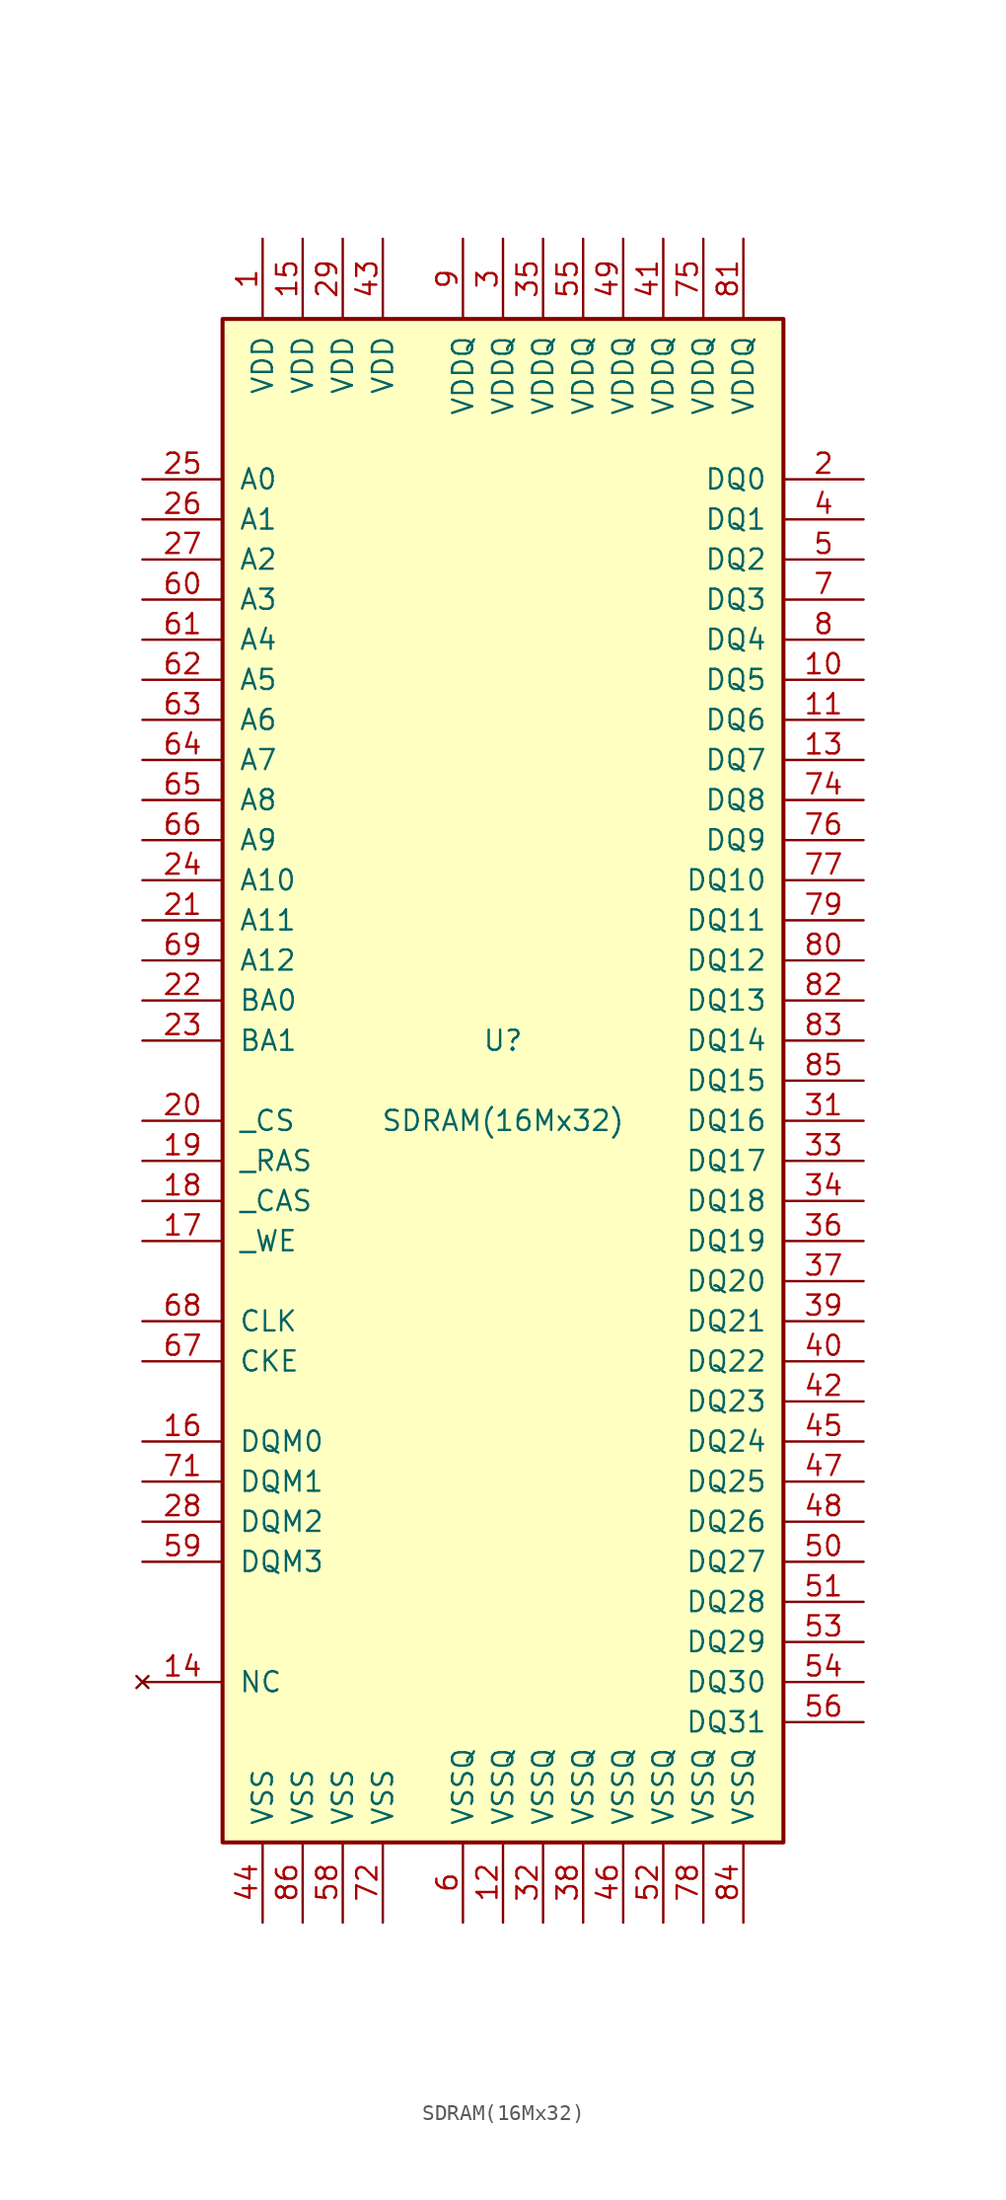
<source format=kicad_sym>
(kicad_symbol_lib
  (version 20231120)
  (generator "kicad_symbol_editor")
  (generator_version "8.0")
  (symbol "SDRAM(16Mx32)"
    (pin_names
      (offset 1.016))
    (property "Reference" "U"
      (at 0 2.54 0)
      (effects (font (size 1.27 1.27))))
    (property "Value" "SDRAM(16Mx32)"
      (at 0 -2.54 0)
      (effects (font (size 1.27 1.27))))
    (symbol "SDRAM(16Mx32)_0_0"
      (pin power_in line (at -15.24 53.34 270) (length 5.08) (name "VDD" (effects (font (size 1.27 1.27)))) (number "1" (effects (font (size 1.27 1.27))))))
    (symbol "SDRAM(16Mx32)_0_1"
      (rectangle (start -17.78 48.26) (end 17.78 -48.26) (stroke (width 0.254) (type default)) (fill (type background))))
    (symbol "SDRAM(16Mx32)_1_0"
      (pin power_in line (at -12.7 53.34 270) (length 5.08) (name "VDD" (effects (font (size 1.27 1.27)))) (number "15" (effects (font (size 1.27 1.27)))))
      (pin input line (at -22.86 10.16 0) (length 5.08) (name "A11" (effects (font (size 1.27 1.27)))) (number "21" (effects (font (size 1.27 1.27)))))
      (pin no_connect line (at -22.86 -38.1 0) (length 5.08) hide (name "NC" (effects (font (size 1.27 1.27)))) (number "30" (effects (font (size 1.27 1.27)))))
      (pin bidirectional line (at 22.86 -33.02 180) (length 5.08) (name "DQ28" (effects (font (size 1.27 1.27)))) (number "51" (effects (font (size 1.27 1.27)))))
      (pin power_in line (at 10.16 -53.34 90) (length 5.08) (name "VSSQ" (effects (font (size 1.27 1.27)))) (number "52" (effects (font (size 1.27 1.27)))))
      (pin bidirectional line (at 22.86 -35.56 180) (length 5.08) (name "DQ29" (effects (font (size 1.27 1.27)))) (number "53" (effects (font (size 1.27 1.27)))))
      (pin bidirectional line (at 22.86 -38.1 180) (length 5.08) (name "DQ30" (effects (font (size 1.27 1.27)))) (number "54" (effects (font (size 1.27 1.27)))))
      (pin power_in line (at 5.08 53.34 270) (length 5.08) (name "VDDQ" (effects (font (size 1.27 1.27)))) (number "55" (effects (font (size 1.27 1.27)))))
      (pin bidirectional line (at 22.86 -40.64 180) (length 5.08) (name "DQ31" (effects (font (size 1.27 1.27)))) (number "56" (effects (font (size 1.27 1.27)))))
      (pin no_connect line (at -22.86 -38.1 0) (length 5.08) hide (name "NC" (effects (font (size 1.27 1.27)))) (number "57" (effects (font (size 1.27 1.27)))))
      (pin power_in line (at -10.16 -53.34 90) (length 5.08) (name "VSS" (effects (font (size 1.27 1.27)))) (number "58" (effects (font (size 1.27 1.27)))))
      (pin input line (at -22.86 -30.48 0) (length 5.08) (name "DQM3" (effects (font (size 1.27 1.27)))) (number "59" (effects (font (size 1.27 1.27)))))
      (pin input line (at -22.86 30.48 0) (length 5.08) (name "A3" (effects (font (size 1.27 1.27)))) (number "60" (effects (font (size 1.27 1.27)))))
      (pin input line (at -22.86 27.94 0) (length 5.08) (name "A4" (effects (font (size 1.27 1.27)))) (number "61" (effects (font (size 1.27 1.27)))))
      (pin input line (at -22.86 25.4 0) (length 5.08) (name "A5" (effects (font (size 1.27 1.27)))) (number "62" (effects (font (size 1.27 1.27)))))
      (pin input line (at -22.86 22.86 0) (length 5.08) (name "A6" (effects (font (size 1.27 1.27)))) (number "63" (effects (font (size 1.27 1.27)))))
      (pin input line (at -22.86 20.32 0) (length 5.08) (name "A7" (effects (font (size 1.27 1.27)))) (number "64" (effects (font (size 1.27 1.27)))))
      (pin input line (at -22.86 17.78 0) (length 5.08) (name "A8" (effects (font (size 1.27 1.27)))) (number "65" (effects (font (size 1.27 1.27)))))
      (pin input line (at -22.86 15.24 0) (length 5.08) (name "A9" (effects (font (size 1.27 1.27)))) (number "66" (effects (font (size 1.27 1.27)))))
      (pin input line (at -22.86 -17.78 0) (length 5.08) (name "CKE" (effects (font (size 1.27 1.27)))) (number "67" (effects (font (size 1.27 1.27)))))
      (pin input line (at -22.86 -15.24 0) (length 5.08) (name "CLK" (effects (font (size 1.27 1.27)))) (number "68" (effects (font (size 1.27 1.27)))))
      (pin input line (at -22.86 7.62 0) (length 5.08) (name "A12" (effects (font (size 1.27 1.27)))) (number "69" (effects (font (size 1.27 1.27)))))
      (pin no_connect line (at -22.86 -38.1 0) (length 5.08) hide (name "NC" (effects (font (size 1.27 1.27)))) (number "69" (effects (font (size 1.27 1.27)))))
      (pin no_connect line (at -22.86 -38.1 0) (length 5.08) hide (name "NC" (effects (font (size 1.27 1.27)))) (number "70" (effects (font (size 1.27 1.27)))))
      (pin input line (at -22.86 -25.4 0) (length 5.08) (name "DQM1" (effects (font (size 1.27 1.27)))) (number "71" (effects (font (size 1.27 1.27)))))
      (pin power_in line (at -7.62 -53.34 90) (length 5.08) (name "VSS" (effects (font (size 1.27 1.27)))) (number "72" (effects (font (size 1.27 1.27)))))
      (pin no_connect line (at -22.86 -38.1 0) (length 5.08) hide (name "NC" (effects (font (size 1.27 1.27)))) (number "73" (effects (font (size 1.27 1.27)))))
      (pin bidirectional line (at 22.86 17.78 180) (length 5.08) (name "DQ8" (effects (font (size 1.27 1.27)))) (number "74" (effects (font (size 1.27 1.27)))))
      (pin power_in line (at 12.7 53.34 270) (length 5.08) (name "VDDQ" (effects (font (size 1.27 1.27)))) (number "75" (effects (font (size 1.27 1.27)))))
      (pin bidirectional line (at 22.86 15.24 180) (length 5.08) (name "DQ9" (effects (font (size 1.27 1.27)))) (number "76" (effects (font (size 1.27 1.27)))))
      (pin bidirectional line (at 22.86 12.7 180) (length 5.08) (name "DQ10" (effects (font (size 1.27 1.27)))) (number "77" (effects (font (size 1.27 1.27)))))
      (pin power_in line (at 12.7 -53.34 90) (length 5.08) (name "VSSQ" (effects (font (size 1.27 1.27)))) (number "78" (effects (font (size 1.27 1.27)))))
      (pin bidirectional line (at 22.86 10.16 180) (length 5.08) (name "DQ11" (effects (font (size 1.27 1.27)))) (number "79" (effects (font (size 1.27 1.27)))))
      (pin bidirectional line (at 22.86 7.62 180) (length 5.08) (name "DQ12" (effects (font (size 1.27 1.27)))) (number "80" (effects (font (size 1.27 1.27)))))
      (pin power_in line (at 15.24 53.34 270) (length 5.08) (name "VDDQ" (effects (font (size 1.27 1.27)))) (number "81" (effects (font (size 1.27 1.27)))))
      (pin bidirectional line (at 22.86 5.08 180) (length 5.08) (name "DQ13" (effects (font (size 1.27 1.27)))) (number "82" (effects (font (size 1.27 1.27)))))
      (pin bidirectional line (at 22.86 2.54 180) (length 5.08) (name "DQ14" (effects (font (size 1.27 1.27)))) (number "83" (effects (font (size 1.27 1.27)))))
      (pin power_in line (at 15.24 -53.34 90) (length 5.08) (name "VSSQ" (effects (font (size 1.27 1.27)))) (number "84" (effects (font (size 1.27 1.27)))))
      (pin bidirectional line (at 22.86 0 180) (length 5.08) (name "DQ15" (effects (font (size 1.27 1.27)))) (number "85" (effects (font (size 1.27 1.27)))))
      (pin power_in line (at -12.7 -53.34 90) (length 5.08) (name "VSS" (effects (font (size 1.27 1.27)))) (number "86" (effects (font (size 1.27 1.27))))))
    (symbol "SDRAM(16Mx32)_1_1"
      (pin bidirectional line (at 22.86 25.4 180) (length 5.08) (name "DQ5" (effects (font (size 1.27 1.27)))) (number "10" (effects (font (size 1.27 1.27)))))
      (pin bidirectional line (at 22.86 22.86 180) (length 5.08) (name "DQ6" (effects (font (size 1.27 1.27)))) (number "11" (effects (font (size 1.27 1.27)))))
      (pin power_in line (at 0 -53.34 90) (length 5.08) (name "VSSQ" (effects (font (size 1.27 1.27)))) (number "12" (effects (font (size 1.27 1.27)))))
      (pin bidirectional line (at 22.86 20.32 180) (length 5.08) (name "DQ7" (effects (font (size 1.27 1.27)))) (number "13" (effects (font (size 1.27 1.27)))))
      (pin no_connect line (at -22.86 -38.1 0) (length 5.08) (name "NC" (effects (font (size 1.27 1.27)))) (number "14" (effects (font (size 1.27 1.27)))))
      (pin bidirectional line (at -22.86 -22.86 0) (length 5.08) (name "DQM0" (effects (font (size 1.27 1.27)))) (number "16" (effects (font (size 1.27 1.27)))))
      (pin input line (at -22.86 -10.16 0) (length 5.08) (name "_WE" (effects (font (size 1.27 1.27)))) (number "17" (effects (font (size 1.27 1.27)))))
      (pin input line (at -22.86 -7.62 0) (length 5.08) (name "_CAS" (effects (font (size 1.27 1.27)))) (number "18" (effects (font (size 1.27 1.27)))))
      (pin input line (at -22.86 -5.08 0) (length 5.08) (name "_RAS" (effects (font (size 1.27 1.27)))) (number "19" (effects (font (size 1.27 1.27)))))
      (pin bidirectional line (at 22.86 38.1 180) (length 5.08) (name "DQ0" (effects (font (size 1.27 1.27)))) (number "2" (effects (font (size 1.27 1.27)))))
      (pin input line (at -22.86 -2.54 0) (length 5.08) (name "_CS" (effects (font (size 1.27 1.27)))) (number "20" (effects (font (size 1.27 1.27)))))
      (pin no_connect line (at -22.86 -38.1 0) (length 5.08) hide (name "NC" (effects (font (size 1.27 1.27)))) (number "21" (effects (font (size 1.27 1.27)))))
      (pin input line (at -22.86 5.08 0) (length 5.08) (name "BA0" (effects (font (size 1.27 1.27)))) (number "22" (effects (font (size 1.27 1.27)))))
      (pin input line (at -22.86 2.54 0) (length 5.08) (name "BA1" (effects (font (size 1.27 1.27)))) (number "23" (effects (font (size 1.27 1.27)))))
      (pin input line (at -22.86 12.7 0) (length 5.08) (name "A10" (effects (font (size 1.27 1.27)))) (number "24" (effects (font (size 1.27 1.27)))))
      (pin input line (at -22.86 38.1 0) (length 5.08) (name "A0" (effects (font (size 1.27 1.27)))) (number "25" (effects (font (size 1.27 1.27)))))
      (pin input line (at -22.86 35.56 0) (length 5.08) (name "A1" (effects (font (size 1.27 1.27)))) (number "26" (effects (font (size 1.27 1.27)))))
      (pin input line (at -22.86 33.02 0) (length 5.08) (name "A2" (effects (font (size 1.27 1.27)))) (number "27" (effects (font (size 1.27 1.27)))))
      (pin input line (at -22.86 -27.94 0) (length 5.08) (name "DQM2" (effects (font (size 1.27 1.27)))) (number "28" (effects (font (size 1.27 1.27)))))
      (pin power_in line (at -10.16 53.34 270) (length 5.08) (name "VDD" (effects (font (size 1.27 1.27)))) (number "29" (effects (font (size 1.27 1.27)))))
      (pin power_in line (at 0 53.34 270) (length 5.08) (name "VDDQ" (effects (font (size 1.27 1.27)))) (number "3" (effects (font (size 1.27 1.27)))))
      (pin bidirectional line (at 22.86 -2.54 180) (length 5.08) (name "DQ16" (effects (font (size 1.27 1.27)))) (number "31" (effects (font (size 1.27 1.27)))))
      (pin power_in line (at 2.54 -53.34 90) (length 5.08) (name "VSSQ" (effects (font (size 1.27 1.27)))) (number "32" (effects (font (size 1.27 1.27)))))
      (pin bidirectional line (at 22.86 -5.08 180) (length 5.08) (name "DQ17" (effects (font (size 1.27 1.27)))) (number "33" (effects (font (size 1.27 1.27)))))
      (pin bidirectional line (at 22.86 -7.62 180) (length 5.08) (name "DQ18" (effects (font (size 1.27 1.27)))) (number "34" (effects (font (size 1.27 1.27)))))
      (pin power_in line (at 2.54 53.34 270) (length 5.08) (name "VDDQ" (effects (font (size 1.27 1.27)))) (number "35" (effects (font (size 1.27 1.27)))))
      (pin bidirectional line (at 22.86 -10.16 180) (length 5.08) (name "DQ19" (effects (font (size 1.27 1.27)))) (number "36" (effects (font (size 1.27 1.27)))))
      (pin bidirectional line (at 22.86 -12.7 180) (length 5.08) (name "DQ20" (effects (font (size 1.27 1.27)))) (number "37" (effects (font (size 1.27 1.27)))))
      (pin power_in line (at 5.08 -53.34 90) (length 5.08) (name "VSSQ" (effects (font (size 1.27 1.27)))) (number "38" (effects (font (size 1.27 1.27)))))
      (pin bidirectional line (at 22.86 -15.24 180) (length 5.08) (name "DQ21" (effects (font (size 1.27 1.27)))) (number "39" (effects (font (size 1.27 1.27)))))
      (pin bidirectional line (at 22.86 35.56 180) (length 5.08) (name "DQ1" (effects (font (size 1.27 1.27)))) (number "4" (effects (font (size 1.27 1.27)))))
      (pin bidirectional line (at 22.86 -17.78 180) (length 5.08) (name "DQ22" (effects (font (size 1.27 1.27)))) (number "40" (effects (font (size 1.27 1.27)))))
      (pin power_in line (at 10.16 53.34 270) (length 5.08) (name "VDDQ" (effects (font (size 1.27 1.27)))) (number "41" (effects (font (size 1.27 1.27)))))
      (pin bidirectional line (at 22.86 -20.32 180) (length 5.08) (name "DQ23" (effects (font (size 1.27 1.27)))) (number "42" (effects (font (size 1.27 1.27)))))
      (pin power_in line (at -7.62 53.34 270) (length 5.08) (name "VDD" (effects (font (size 1.27 1.27)))) (number "43" (effects (font (size 1.27 1.27)))))
      (pin power_in line (at -15.24 -53.34 90) (length 5.08) (name "VSS" (effects (font (size 1.27 1.27)))) (number "44" (effects (font (size 1.27 1.27)))))
      (pin bidirectional line (at 22.86 -22.86 180) (length 5.08) (name "DQ24" (effects (font (size 1.27 1.27)))) (number "45" (effects (font (size 1.27 1.27)))))
      (pin power_in line (at 7.62 -53.34 90) (length 5.08) (name "VSSQ" (effects (font (size 1.27 1.27)))) (number "46" (effects (font (size 1.27 1.27)))))
      (pin bidirectional line (at 22.86 -25.4 180) (length 5.08) (name "DQ25" (effects (font (size 1.27 1.27)))) (number "47" (effects (font (size 1.27 1.27)))))
      (pin bidirectional line (at 22.86 -27.94 180) (length 5.08) (name "DQ26" (effects (font (size 1.27 1.27)))) (number "48" (effects (font (size 1.27 1.27)))))
      (pin power_in line (at 7.62 53.34 270) (length 5.08) (name "VDDQ" (effects (font (size 1.27 1.27)))) (number "49" (effects (font (size 1.27 1.27)))))
      (pin bidirectional line (at 22.86 33.02 180) (length 5.08) (name "DQ2" (effects (font (size 1.27 1.27)))) (number "5" (effects (font (size 1.27 1.27)))))
      (pin bidirectional line (at 22.86 -30.48 180) (length 5.08) (name "DQ27" (effects (font (size 1.27 1.27)))) (number "50" (effects (font (size 1.27 1.27)))))
      (pin power_in line (at -2.54 -53.34 90) (length 5.08) (name "VSSQ" (effects (font (size 1.27 1.27)))) (number "6" (effects (font (size 1.27 1.27)))))
      (pin bidirectional line (at 22.86 30.48 180) (length 5.08) (name "DQ3" (effects (font (size 1.27 1.27)))) (number "7" (effects (font (size 1.27 1.27)))))
      (pin bidirectional line (at 22.86 27.94 180) (length 5.08) (name "DQ4" (effects (font (size 1.27 1.27)))) (number "8" (effects (font (size 1.27 1.27)))))
      (pin power_in line (at -2.54 53.34 270) (length 5.08) (name "VDDQ" (effects (font (size 1.27 1.27)))) (number "9" (effects (font (size 1.27 1.27))))))))
</source>
